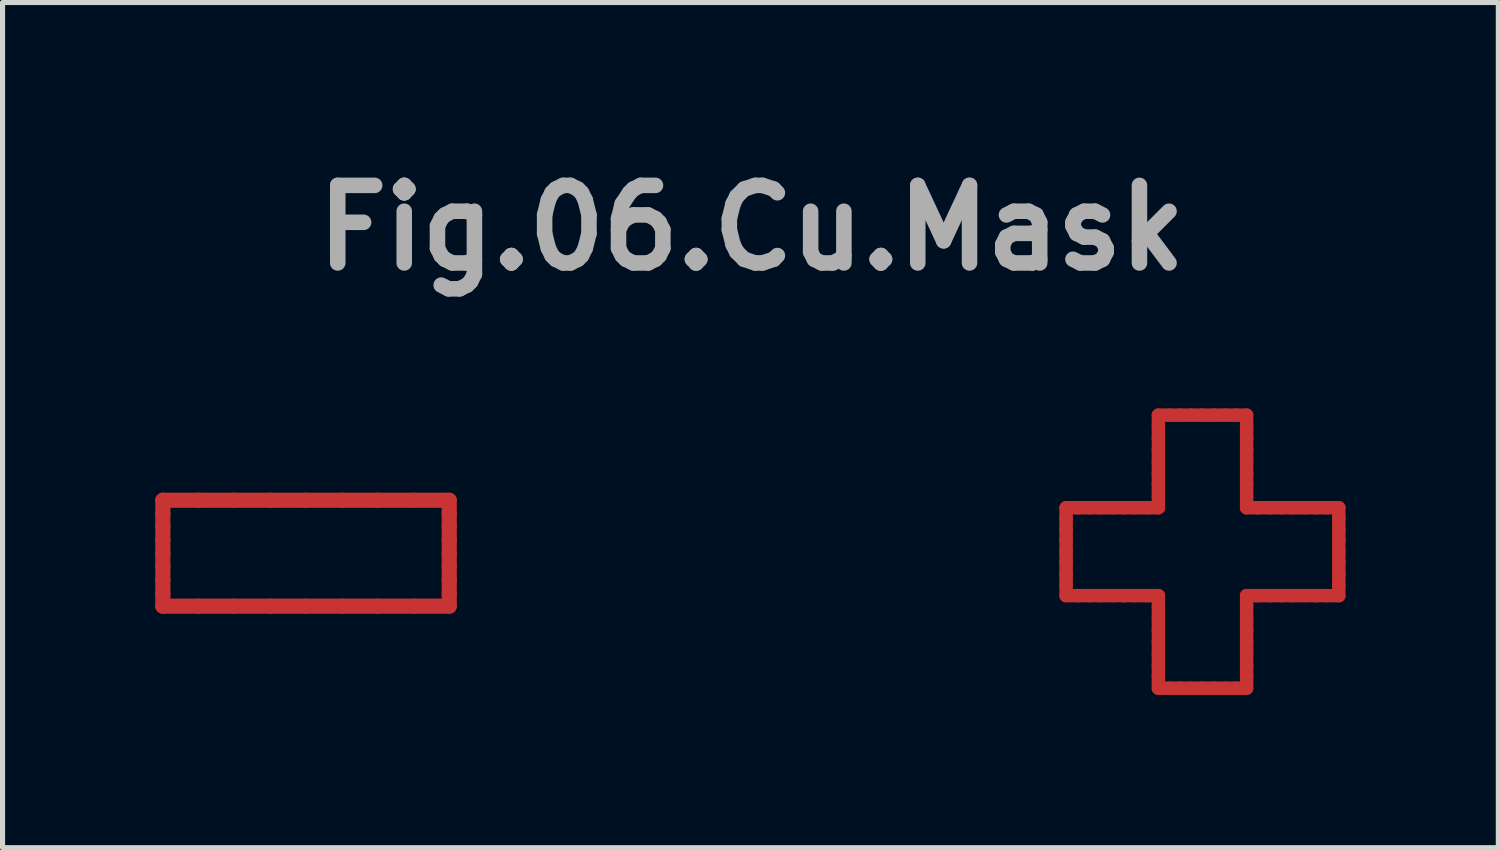
<source format=kicad_pcb>
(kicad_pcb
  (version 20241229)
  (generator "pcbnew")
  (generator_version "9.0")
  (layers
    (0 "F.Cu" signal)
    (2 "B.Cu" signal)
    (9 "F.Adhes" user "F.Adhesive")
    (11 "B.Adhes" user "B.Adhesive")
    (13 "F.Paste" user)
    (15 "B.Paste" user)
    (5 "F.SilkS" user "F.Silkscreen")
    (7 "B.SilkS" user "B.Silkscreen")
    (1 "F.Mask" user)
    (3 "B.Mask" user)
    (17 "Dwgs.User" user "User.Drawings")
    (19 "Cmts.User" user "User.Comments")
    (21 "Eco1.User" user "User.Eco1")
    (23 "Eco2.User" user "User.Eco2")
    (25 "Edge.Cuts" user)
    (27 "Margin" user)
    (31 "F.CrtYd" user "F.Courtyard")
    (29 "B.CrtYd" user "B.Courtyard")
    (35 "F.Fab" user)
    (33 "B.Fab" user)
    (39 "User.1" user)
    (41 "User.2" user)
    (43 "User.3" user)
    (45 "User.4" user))
  (footprint "Fig.06.Cu.Mask"
    (layer "F.Cu")
    (at 11.712 7.776)
    (property "Reference" "Fig.06.Cu.Mask" (at 0 -6.35 0) (layer "F.Fab") (effects (font (size 1.524 1.524) (thickness 0.305))))
    (attr smd)
    (fp_line (start -11.563 -1) (end -10.86 -1) (stroke (width 0.297) (type solid)) (layer "F.Cu"))
    (fp_line (start -11.563 -0.74) (end -11.563 -1) (stroke (width 0.297) (type solid)) (layer "F.Cu"))
    (fp_line (start -11.563 -0.48) (end -11.563 -0.74) (stroke (width 0.297) (type solid)) (layer "F.Cu"))
    (fp_line (start -11.563 -0.219) (end -11.563 -0.48) (stroke (width 0.297) (type solid)) (layer "F.Cu"))
    (fp_line (start -11.563 0.041) (end -11.563 -0.219) (stroke (width 0.297) (type solid)) (layer "F.Cu"))
    (fp_line (start -11.563 0.301) (end -11.563 0.041) (stroke (width 0.297) (type solid)) (layer "F.Cu"))
    (fp_line (start -11.563 0.561) (end -11.563 0.301) (stroke (width 0.297) (type solid)) (layer "F.Cu"))
    (fp_line (start -11.563 0.821) (end -11.563 0.561) (stroke (width 0.297) (type solid)) (layer "F.Cu"))
    (fp_line (start -11.563 1.081) (end -11.563 0.821) (stroke (width 0.297) (type solid)) (layer "F.Cu"))
    (fp_line (start -10.86 -1) (end -10.157 -1) (stroke (width 0.297) (type solid)) (layer "F.Cu"))
    (fp_line (start -10.86 1.081) (end -11.563 1.081) (stroke (width 0.297) (type solid)) (layer "F.Cu"))
    (fp_line (start -10.157 -1) (end -9.454 -1) (stroke (width 0.297) (type solid)) (layer "F.Cu"))
    (fp_line (start -10.157 1.081) (end -10.86 1.081) (stroke (width 0.297) (type solid)) (layer "F.Cu"))
    (fp_line (start -9.454 -1) (end -8.751 -1) (stroke (width 0.297) (type solid)) (layer "F.Cu"))
    (fp_line (start -9.454 1.081) (end -10.157 1.081) (stroke (width 0.297) (type solid)) (layer "F.Cu"))
    (fp_line (start -8.751 -1) (end -8.048 -1) (stroke (width 0.297) (type solid)) (layer "F.Cu"))
    (fp_line (start -8.751 1.081) (end -9.454 1.081) (stroke (width 0.297) (type solid)) (layer "F.Cu"))
    (fp_line (start -8.048 -1) (end -7.345 -1) (stroke (width 0.297) (type solid)) (layer "F.Cu"))
    (fp_line (start -8.048 1.081) (end -8.751 1.081) (stroke (width 0.297) (type solid)) (layer "F.Cu"))
    (fp_line (start -7.345 -1) (end -6.641 -1) (stroke (width 0.297) (type solid)) (layer "F.Cu"))
    (fp_line (start -7.345 1.081) (end -8.048 1.081) (stroke (width 0.297) (type solid)) (layer "F.Cu"))
    (fp_line (start -6.641 -1) (end -5.938 -1) (stroke (width 0.297) (type solid)) (layer "F.Cu"))
    (fp_line (start -6.641 1.081) (end -7.345 1.081) (stroke (width 0.297) (type solid)) (layer "F.Cu"))
    (fp_line (start -5.938 -1) (end -5.938 -0.74) (stroke (width 0.297) (type solid)) (layer "F.Cu"))
    (fp_line (start -5.938 -0.74) (end -5.938 -0.48) (stroke (width 0.297) (type solid)) (layer "F.Cu"))
    (fp_line (start -5.938 -0.48) (end -5.938 -0.219) (stroke (width 0.297) (type solid)) (layer "F.Cu"))
    (fp_line (start -5.938 -0.219) (end -5.938 0.041) (stroke (width 0.297) (type solid)) (layer "F.Cu"))
    (fp_line (start -5.938 0.041) (end -5.938 0.301) (stroke (width 0.297) (type solid)) (layer "F.Cu"))
    (fp_line (start -5.938 0.301) (end -5.938 0.561) (stroke (width 0.297) (type solid)) (layer "F.Cu"))
    (fp_line (start -5.938 0.561) (end -5.938 0.821) (stroke (width 0.297) (type solid)) (layer "F.Cu"))
    (fp_line (start -5.938 0.821) (end -5.938 1.081) (stroke (width 0.297) (type solid)) (layer "F.Cu"))
    (fp_line (start -5.938 1.081) (end -6.641 1.081) (stroke (width 0.297) (type solid)) (layer "F.Cu"))
    (fp_line (start 6.179 -0.853) (end 6.179 -0.637) (stroke (width 0.264) (type solid)) (layer "F.Cu"))
    (fp_line (start 6.179 -0.637) (end 6.179 -0.421) (stroke (width 0.264) (type solid)) (layer "F.Cu"))
    (fp_line (start 6.179 -0.421) (end 6.179 -0.205) (stroke (width 0.264) (type solid)) (layer "F.Cu"))
    (fp_line (start 6.179 -0.205) (end 6.179 0.01) (stroke (width 0.264) (type solid)) (layer "F.Cu"))
    (fp_line (start 6.179 0.01) (end 6.179 0.226) (stroke (width 0.264) (type solid)) (layer "F.Cu"))
    (fp_line (start 6.179 0.226) (end 6.179 0.442) (stroke (width 0.264) (type solid)) (layer "F.Cu"))
    (fp_line (start 6.179 0.442) (end 6.179 0.658) (stroke (width 0.264) (type solid)) (layer "F.Cu"))
    (fp_line (start 6.179 0.658) (end 6.179 0.874) (stroke (width 0.264) (type solid)) (layer "F.Cu"))
    (fp_line (start 6.179 0.874) (end 6.405 0.874) (stroke (width 0.264) (type solid)) (layer "F.Cu"))
    (fp_line (start 6.405 -0.853) (end 6.179 -0.853) (stroke (width 0.264) (type solid)) (layer "F.Cu"))
    (fp_line (start 6.405 0.874) (end 6.632 0.874) (stroke (width 0.264) (type solid)) (layer "F.Cu"))
    (fp_line (start 6.632 -0.853) (end 6.405 -0.853) (stroke (width 0.264) (type solid)) (layer "F.Cu"))
    (fp_line (start 6.632 0.874) (end 6.859 0.874) (stroke (width 0.264) (type solid)) (layer "F.Cu"))
    (fp_line (start 6.859 -0.853) (end 6.632 -0.853) (stroke (width 0.264) (type solid)) (layer "F.Cu"))
    (fp_line (start 6.859 0.874) (end 7.085 0.874) (stroke (width 0.264) (type solid)) (layer "F.Cu"))
    (fp_line (start 7.085 -0.853) (end 6.859 -0.853) (stroke (width 0.264) (type solid)) (layer "F.Cu"))
    (fp_line (start 7.085 0.874) (end 7.312 0.874) (stroke (width 0.264) (type solid)) (layer "F.Cu"))
    (fp_line (start 7.312 -0.853) (end 7.085 -0.853) (stroke (width 0.264) (type solid)) (layer "F.Cu"))
    (fp_line (start 7.312 0.874) (end 7.539 0.874) (stroke (width 0.264) (type solid)) (layer "F.Cu"))
    (fp_line (start 7.539 -0.853) (end 7.312 -0.853) (stroke (width 0.264) (type solid)) (layer "F.Cu"))
    (fp_line (start 7.539 0.874) (end 7.766 0.874) (stroke (width 0.264) (type solid)) (layer "F.Cu"))
    (fp_line (start 7.766 -0.853) (end 7.539 -0.853) (stroke (width 0.264) (type solid)) (layer "F.Cu"))
    (fp_line (start 7.766 0.874) (end 7.992 0.874) (stroke (width 0.264) (type solid)) (layer "F.Cu"))
    (fp_line (start 7.992 -2.671) (end 7.992 -2.444) (stroke (width 0.264) (type solid)) (layer "F.Cu"))
    (fp_line (start 7.992 -2.444) (end 7.992 -2.216) (stroke (width 0.264) (type solid)) (layer "F.Cu"))
    (fp_line (start 7.992 -2.216) (end 7.992 -1.989) (stroke (width 0.264) (type solid)) (layer "F.Cu"))
    (fp_line (start 7.992 -1.989) (end 7.992 -1.762) (stroke (width 0.264) (type solid)) (layer "F.Cu"))
    (fp_line (start 7.992 -1.762) (end 7.992 -1.535) (stroke (width 0.264) (type solid)) (layer "F.Cu"))
    (fp_line (start 7.992 -1.535) (end 7.992 -1.308) (stroke (width 0.264) (type solid)) (layer "F.Cu"))
    (fp_line (start 7.992 -1.308) (end 7.992 -1.08) (stroke (width 0.264) (type solid)) (layer "F.Cu"))
    (fp_line (start 7.992 -1.08) (end 7.992 -0.853) (stroke (width 0.264) (type solid)) (layer "F.Cu"))
    (fp_line (start 7.992 -0.853) (end 7.766 -0.853) (stroke (width 0.264) (type solid)) (layer "F.Cu"))
    (fp_line (start 7.992 0.874) (end 7.992 1.101) (stroke (width 0.264) (type solid)) (layer "F.Cu"))
    (fp_line (start 7.992 1.101) (end 7.992 1.329) (stroke (width 0.264) (type solid)) (layer "F.Cu"))
    (fp_line (start 7.992 1.329) (end 7.992 1.556) (stroke (width 0.264) (type solid)) (layer "F.Cu"))
    (fp_line (start 7.992 1.556) (end 7.992 1.783) (stroke (width 0.264) (type solid)) (layer "F.Cu"))
    (fp_line (start 7.992 1.783) (end 7.992 2.01) (stroke (width 0.264) (type solid)) (layer "F.Cu"))
    (fp_line (start 7.992 2.01) (end 7.992 2.238) (stroke (width 0.264) (type solid)) (layer "F.Cu"))
    (fp_line (start 7.992 2.238) (end 7.992 2.465) (stroke (width 0.264) (type solid)) (layer "F.Cu"))
    (fp_line (start 7.992 2.465) (end 7.992 2.692) (stroke (width 0.264) (type solid)) (layer "F.Cu"))
    (fp_line (start 7.992 2.692) (end 8.209 2.692) (stroke (width 0.264) (type solid)) (layer "F.Cu"))
    (fp_line (start 8.209 -2.671) (end 7.992 -2.671) (stroke (width 0.264) (type solid)) (layer "F.Cu"))
    (fp_line (start 8.209 2.692) (end 8.425 2.692) (stroke (width 0.264) (type solid)) (layer "F.Cu"))
    (fp_line (start 8.425 -2.671) (end 8.209 -2.671) (stroke (width 0.264) (type solid)) (layer "F.Cu"))
    (fp_line (start 8.425 2.692) (end 8.642 2.692) (stroke (width 0.264) (type solid)) (layer "F.Cu"))
    (fp_line (start 8.642 -2.671) (end 8.425 -2.671) (stroke (width 0.264) (type solid)) (layer "F.Cu"))
    (fp_line (start 8.642 2.692) (end 8.859 2.692) (stroke (width 0.264) (type solid)) (layer "F.Cu"))
    (fp_line (start 8.859 -2.671) (end 8.642 -2.671) (stroke (width 0.264) (type solid)) (layer "F.Cu"))
    (fp_line (start 8.859 2.692) (end 9.075 2.692) (stroke (width 0.264) (type solid)) (layer "F.Cu"))
    (fp_line (start 9.075 -2.671) (end 8.859 -2.671) (stroke (width 0.264) (type solid)) (layer "F.Cu"))
    (fp_line (start 9.075 2.692) (end 9.292 2.692) (stroke (width 0.264) (type solid)) (layer "F.Cu"))
    (fp_line (start 9.292 -2.671) (end 9.075 -2.671) (stroke (width 0.264) (type solid)) (layer "F.Cu"))
    (fp_line (start 9.292 2.692) (end 9.508 2.692) (stroke (width 0.264) (type solid)) (layer "F.Cu"))
    (fp_line (start 9.508 -2.671) (end 9.292 -2.671) (stroke (width 0.264) (type solid)) (layer "F.Cu"))
    (fp_line (start 9.508 2.692) (end 9.725 2.692) (stroke (width 0.264) (type solid)) (layer "F.Cu"))
    (fp_line (start 9.725 -2.671) (end 9.508 -2.671) (stroke (width 0.264) (type solid)) (layer "F.Cu"))
    (fp_line (start 9.725 -2.444) (end 9.725 -2.671) (stroke (width 0.264) (type solid)) (layer "F.Cu"))
    (fp_line (start 9.725 -2.216) (end 9.725 -2.444) (stroke (width 0.264) (type solid)) (layer "F.Cu"))
    (fp_line (start 9.725 -1.989) (end 9.725 -2.216) (stroke (width 0.264) (type solid)) (layer "F.Cu"))
    (fp_line (start 9.725 -1.762) (end 9.725 -1.989) (stroke (width 0.264) (type solid)) (layer "F.Cu"))
    (fp_line (start 9.725 -1.535) (end 9.725 -1.762) (stroke (width 0.264) (type solid)) (layer "F.Cu"))
    (fp_line (start 9.725 -1.308) (end 9.725 -1.535) (stroke (width 0.264) (type solid)) (layer "F.Cu"))
    (fp_line (start 9.725 -1.08) (end 9.725 -1.308) (stroke (width 0.264) (type solid)) (layer "F.Cu"))
    (fp_line (start 9.725 -0.853) (end 9.725 -1.08) (stroke (width 0.264) (type solid)) (layer "F.Cu"))
    (fp_line (start 9.725 0.874) (end 9.951 0.874) (stroke (width 0.264) (type solid)) (layer "F.Cu"))
    (fp_line (start 9.725 1.101) (end 9.725 0.874) (stroke (width 0.264) (type solid)) (layer "F.Cu"))
    (fp_line (start 9.725 1.329) (end 9.725 1.101) (stroke (width 0.264) (type solid)) (layer "F.Cu"))
    (fp_line (start 9.725 1.556) (end 9.725 1.329) (stroke (width 0.264) (type solid)) (layer "F.Cu"))
    (fp_line (start 9.725 1.783) (end 9.725 1.556) (stroke (width 0.264) (type solid)) (layer "F.Cu"))
    (fp_line (start 9.725 2.01) (end 9.725 1.783) (stroke (width 0.264) (type solid)) (layer "F.Cu"))
    (fp_line (start 9.725 2.238) (end 9.725 2.01) (stroke (width 0.264) (type solid)) (layer "F.Cu"))
    (fp_line (start 9.725 2.465) (end 9.725 2.238) (stroke (width 0.264) (type solid)) (layer "F.Cu"))
    (fp_line (start 9.725 2.692) (end 9.725 2.465) (stroke (width 0.264) (type solid)) (layer "F.Cu"))
    (fp_line (start 9.951 -0.853) (end 9.725 -0.853) (stroke (width 0.264) (type solid)) (layer "F.Cu"))
    (fp_line (start 9.951 0.874) (end 10.178 0.874) (stroke (width 0.264) (type solid)) (layer "F.Cu"))
    (fp_line (start 10.178 -0.853) (end 9.951 -0.853) (stroke (width 0.264) (type solid)) (layer "F.Cu"))
    (fp_line (start 10.178 0.874) (end 10.404 0.874) (stroke (width 0.264) (type solid)) (layer "F.Cu"))
    (fp_line (start 10.404 -0.853) (end 10.178 -0.853) (stroke (width 0.264) (type solid)) (layer "F.Cu"))
    (fp_line (start 10.404 0.874) (end 10.63 0.874) (stroke (width 0.264) (type solid)) (layer "F.Cu"))
    (fp_line (start 10.63 -0.853) (end 10.404 -0.853) (stroke (width 0.264) (type solid)) (layer "F.Cu"))
    (fp_line (start 10.63 0.874) (end 10.857 0.874) (stroke (width 0.264) (type solid)) (layer "F.Cu"))
    (fp_line (start 10.857 -0.853) (end 10.63 -0.853) (stroke (width 0.264) (type solid)) (layer "F.Cu"))
    (fp_line (start 10.857 0.874) (end 11.083 0.874) (stroke (width 0.264) (type solid)) (layer "F.Cu"))
    (fp_line (start 11.083 -0.853) (end 10.857 -0.853) (stroke (width 0.264) (type solid)) (layer "F.Cu"))
    (fp_line (start 11.083 0.874) (end 11.31 0.874) (stroke (width 0.264) (type solid)) (layer "F.Cu"))
    (fp_line (start 11.31 -0.853) (end 11.083 -0.853) (stroke (width 0.264) (type solid)) (layer "F.Cu"))
    (fp_line (start 11.31 0.874) (end 11.536 0.874) (stroke (width 0.264) (type solid)) (layer "F.Cu"))
    (fp_line (start 11.536 -0.853) (end 11.31 -0.853) (stroke (width 0.264) (type solid)) (layer "F.Cu"))
    (fp_line (start 11.536 -0.637) (end 11.536 -0.853) (stroke (width 0.264) (type solid)) (layer "F.Cu"))
    (fp_line (start 11.536 -0.421) (end 11.536 -0.637) (stroke (width 0.264) (type solid)) (layer "F.Cu"))
    (fp_line (start 11.536 -0.205) (end 11.536 -0.421) (stroke (width 0.264) (type solid)) (layer "F.Cu"))
    (fp_line (start 11.536 0.01) (end 11.536 -0.205) (stroke (width 0.264) (type solid)) (layer "F.Cu"))
    (fp_line (start 11.536 0.226) (end 11.536 0.01) (stroke (width 0.264) (type solid)) (layer "F.Cu"))
    (fp_line (start 11.536 0.442) (end 11.536 0.226) (stroke (width 0.264) (type solid)) (layer "F.Cu"))
    (fp_line (start 11.536 0.658) (end 11.536 0.442) (stroke (width 0.264) (type solid)) (layer "F.Cu"))
    (fp_line (start 11.536 0.874) (end 11.536 0.658) (stroke (width 0.264) (type solid)) (layer "F.Cu"))
    (fp_line (start -11.563 -1) (end -10.86 -1) (stroke (width 0.297) (type solid)) (layer "F.Mask"))
    (fp_line (start -11.563 -0.74) (end -11.563 -1) (stroke (width 0.297) (type solid)) (layer "F.Mask"))
    (fp_line (start -11.563 -0.48) (end -11.563 -0.74) (stroke (width 0.297) (type solid)) (layer "F.Mask"))
    (fp_line (start -11.563 -0.219) (end -11.563 -0.48) (stroke (width 0.297) (type solid)) (layer "F.Mask"))
    (fp_line (start -11.563 0.041) (end -11.563 -0.219) (stroke (width 0.297) (type solid)) (layer "F.Mask"))
    (fp_line (start -11.563 0.301) (end -11.563 0.041) (stroke (width 0.297) (type solid)) (layer "F.Mask"))
    (fp_line (start -11.563 0.561) (end -11.563 0.301) (stroke (width 0.297) (type solid)) (layer "F.Mask"))
    (fp_line (start -11.563 0.821) (end -11.563 0.561) (stroke (width 0.297) (type solid)) (layer "F.Mask"))
    (fp_line (start -11.563 1.081) (end -11.563 0.821) (stroke (width 0.297) (type solid)) (layer "F.Mask"))
    (fp_line (start -10.86 -1) (end -10.157 -1) (stroke (width 0.297) (type solid)) (layer "F.Mask"))
    (fp_line (start -10.86 1.081) (end -11.563 1.081) (stroke (width 0.297) (type solid)) (layer "F.Mask"))
    (fp_line (start -10.157 -1) (end -9.454 -1) (stroke (width 0.297) (type solid)) (layer "F.Mask"))
    (fp_line (start -10.157 1.081) (end -10.86 1.081) (stroke (width 0.297) (type solid)) (layer "F.Mask"))
    (fp_line (start -9.454 -1) (end -8.751 -1) (stroke (width 0.297) (type solid)) (layer "F.Mask"))
    (fp_line (start -9.454 1.081) (end -10.157 1.081) (stroke (width 0.297) (type solid)) (layer "F.Mask"))
    (fp_line (start -8.751 -1) (end -8.048 -1) (stroke (width 0.297) (type solid)) (layer "F.Mask"))
    (fp_line (start -8.751 1.081) (end -9.454 1.081) (stroke (width 0.297) (type solid)) (layer "F.Mask"))
    (fp_line (start -8.048 -1) (end -7.345 -1) (stroke (width 0.297) (type solid)) (layer "F.Mask"))
    (fp_line (start -8.048 1.081) (end -8.751 1.081) (stroke (width 0.297) (type solid)) (layer "F.Mask"))
    (fp_line (start -7.345 -1) (end -6.641 -1) (stroke (width 0.297) (type solid)) (layer "F.Mask"))
    (fp_line (start -7.345 1.081) (end -8.048 1.081) (stroke (width 0.297) (type solid)) (layer "F.Mask"))
    (fp_line (start -6.641 -1) (end -5.938 -1) (stroke (width 0.297) (type solid)) (layer "F.Mask"))
    (fp_line (start -6.641 1.081) (end -7.345 1.081) (stroke (width 0.297) (type solid)) (layer "F.Mask"))
    (fp_line (start -5.938 -1) (end -5.938 -0.74) (stroke (width 0.297) (type solid)) (layer "F.Mask"))
    (fp_line (start -5.938 -0.74) (end -5.938 -0.48) (stroke (width 0.297) (type solid)) (layer "F.Mask"))
    (fp_line (start -5.938 -0.48) (end -5.938 -0.219) (stroke (width 0.297) (type solid)) (layer "F.Mask"))
    (fp_line (start -5.938 -0.219) (end -5.938 0.041) (stroke (width 0.297) (type solid)) (layer "F.Mask"))
    (fp_line (start -5.938 0.041) (end -5.938 0.301) (stroke (width 0.297) (type solid)) (layer "F.Mask"))
    (fp_line (start -5.938 0.301) (end -5.938 0.561) (stroke (width 0.297) (type solid)) (layer "F.Mask"))
    (fp_line (start -5.938 0.561) (end -5.938 0.821) (stroke (width 0.297) (type solid)) (layer "F.Mask"))
    (fp_line (start -5.938 0.821) (end -5.938 1.081) (stroke (width 0.297) (type solid)) (layer "F.Mask"))
    (fp_line (start -5.938 1.081) (end -6.641 1.081) (stroke (width 0.297) (type solid)) (layer "F.Mask"))
    (fp_line (start 6.179 -0.853) (end 6.179 -0.637) (stroke (width 0.264) (type solid)) (layer "F.Mask"))
    (fp_line (start 6.179 -0.637) (end 6.179 -0.421) (stroke (width 0.264) (type solid)) (layer "F.Mask"))
    (fp_line (start 6.179 -0.421) (end 6.179 -0.205) (stroke (width 0.264) (type solid)) (layer "F.Mask"))
    (fp_line (start 6.179 -0.205) (end 6.179 0.01) (stroke (width 0.264) (type solid)) (layer "F.Mask"))
    (fp_line (start 6.179 0.01) (end 6.179 0.226) (stroke (width 0.264) (type solid)) (layer "F.Mask"))
    (fp_line (start 6.179 0.226) (end 6.179 0.442) (stroke (width 0.264) (type solid)) (layer "F.Mask"))
    (fp_line (start 6.179 0.442) (end 6.179 0.658) (stroke (width 0.264) (type solid)) (layer "F.Mask"))
    (fp_line (start 6.179 0.658) (end 6.179 0.874) (stroke (width 0.264) (type solid)) (layer "F.Mask"))
    (fp_line (start 6.179 0.874) (end 6.405 0.874) (stroke (width 0.264) (type solid)) (layer "F.Mask"))
    (fp_line (start 6.405 -0.853) (end 6.179 -0.853) (stroke (width 0.264) (type solid)) (layer "F.Mask"))
    (fp_line (start 6.405 0.874) (end 6.632 0.874) (stroke (width 0.264) (type solid)) (layer "F.Mask"))
    (fp_line (start 6.632 -0.853) (end 6.405 -0.853) (stroke (width 0.264) (type solid)) (layer "F.Mask"))
    (fp_line (start 6.632 0.874) (end 6.859 0.874) (stroke (width 0.264) (type solid)) (layer "F.Mask"))
    (fp_line (start 6.859 -0.853) (end 6.632 -0.853) (stroke (width 0.264) (type solid)) (layer "F.Mask"))
    (fp_line (start 6.859 0.874) (end 7.085 0.874) (stroke (width 0.264) (type solid)) (layer "F.Mask"))
    (fp_line (start 7.085 -0.853) (end 6.859 -0.853) (stroke (width 0.264) (type solid)) (layer "F.Mask"))
    (fp_line (start 7.085 0.874) (end 7.312 0.874) (stroke (width 0.264) (type solid)) (layer "F.Mask"))
    (fp_line (start 7.312 -0.853) (end 7.085 -0.853) (stroke (width 0.264) (type solid)) (layer "F.Mask"))
    (fp_line (start 7.312 0.874) (end 7.539 0.874) (stroke (width 0.264) (type solid)) (layer "F.Mask"))
    (fp_line (start 7.539 -0.853) (end 7.312 -0.853) (stroke (width 0.264) (type solid)) (layer "F.Mask"))
    (fp_line (start 7.539 0.874) (end 7.766 0.874) (stroke (width 0.264) (type solid)) (layer "F.Mask"))
    (fp_line (start 7.766 -0.853) (end 7.539 -0.853) (stroke (width 0.264) (type solid)) (layer "F.Mask"))
    (fp_line (start 7.766 0.874) (end 7.992 0.874) (stroke (width 0.264) (type solid)) (layer "F.Mask"))
    (fp_line (start 7.992 -2.671) (end 7.992 -2.444) (stroke (width 0.264) (type solid)) (layer "F.Mask"))
    (fp_line (start 7.992 -2.444) (end 7.992 -2.216) (stroke (width 0.264) (type solid)) (layer "F.Mask"))
    (fp_line (start 7.992 -2.216) (end 7.992 -1.989) (stroke (width 0.264) (type solid)) (layer "F.Mask"))
    (fp_line (start 7.992 -1.989) (end 7.992 -1.762) (stroke (width 0.264) (type solid)) (layer "F.Mask"))
    (fp_line (start 7.992 -1.762) (end 7.992 -1.535) (stroke (width 0.264) (type solid)) (layer "F.Mask"))
    (fp_line (start 7.992 -1.535) (end 7.992 -1.308) (stroke (width 0.264) (type solid)) (layer "F.Mask"))
    (fp_line (start 7.992 -1.308) (end 7.992 -1.08) (stroke (width 0.264) (type solid)) (layer "F.Mask"))
    (fp_line (start 7.992 -1.08) (end 7.992 -0.853) (stroke (width 0.264) (type solid)) (layer "F.Mask"))
    (fp_line (start 7.992 -0.853) (end 7.766 -0.853) (stroke (width 0.264) (type solid)) (layer "F.Mask"))
    (fp_line (start 7.992 0.874) (end 7.992 1.101) (stroke (width 0.264) (type solid)) (layer "F.Mask"))
    (fp_line (start 7.992 1.101) (end 7.992 1.329) (stroke (width 0.264) (type solid)) (layer "F.Mask"))
    (fp_line (start 7.992 1.329) (end 7.992 1.556) (stroke (width 0.264) (type solid)) (layer "F.Mask"))
    (fp_line (start 7.992 1.556) (end 7.992 1.783) (stroke (width 0.264) (type solid)) (layer "F.Mask"))
    (fp_line (start 7.992 1.783) (end 7.992 2.01) (stroke (width 0.264) (type solid)) (layer "F.Mask"))
    (fp_line (start 7.992 2.01) (end 7.992 2.238) (stroke (width 0.264) (type solid)) (layer "F.Mask"))
    (fp_line (start 7.992 2.238) (end 7.992 2.465) (stroke (width 0.264) (type solid)) (layer "F.Mask"))
    (fp_line (start 7.992 2.465) (end 7.992 2.692) (stroke (width 0.264) (type solid)) (layer "F.Mask"))
    (fp_line (start 7.992 2.692) (end 8.209 2.692) (stroke (width 0.264) (type solid)) (layer "F.Mask"))
    (fp_line (start 8.209 -2.671) (end 7.992 -2.671) (stroke (width 0.264) (type solid)) (layer "F.Mask"))
    (fp_line (start 8.209 2.692) (end 8.425 2.692) (stroke (width 0.264) (type solid)) (layer "F.Mask"))
    (fp_line (start 8.425 -2.671) (end 8.209 -2.671) (stroke (width 0.264) (type solid)) (layer "F.Mask"))
    (fp_line (start 8.425 2.692) (end 8.642 2.692) (stroke (width 0.264) (type solid)) (layer "F.Mask"))
    (fp_line (start 8.642 -2.671) (end 8.425 -2.671) (stroke (width 0.264) (type solid)) (layer "F.Mask"))
    (fp_line (start 8.642 2.692) (end 8.859 2.692) (stroke (width 0.264) (type solid)) (layer "F.Mask"))
    (fp_line (start 8.859 -2.671) (end 8.642 -2.671) (stroke (width 0.264) (type solid)) (layer "F.Mask"))
    (fp_line (start 8.859 2.692) (end 9.075 2.692) (stroke (width 0.264) (type solid)) (layer "F.Mask"))
    (fp_line (start 9.075 -2.671) (end 8.859 -2.671) (stroke (width 0.264) (type solid)) (layer "F.Mask"))
    (fp_line (start 9.075 2.692) (end 9.292 2.692) (stroke (width 0.264) (type solid)) (layer "F.Mask"))
    (fp_line (start 9.292 -2.671) (end 9.075 -2.671) (stroke (width 0.264) (type solid)) (layer "F.Mask"))
    (fp_line (start 9.292 2.692) (end 9.508 2.692) (stroke (width 0.264) (type solid)) (layer "F.Mask"))
    (fp_line (start 9.508 -2.671) (end 9.292 -2.671) (stroke (width 0.264) (type solid)) (layer "F.Mask"))
    (fp_line (start 9.508 2.692) (end 9.725 2.692) (stroke (width 0.264) (type solid)) (layer "F.Mask"))
    (fp_line (start 9.725 -2.671) (end 9.508 -2.671) (stroke (width 0.264) (type solid)) (layer "F.Mask"))
    (fp_line (start 9.725 -2.444) (end 9.725 -2.671) (stroke (width 0.264) (type solid)) (layer "F.Mask"))
    (fp_line (start 9.725 -2.216) (end 9.725 -2.444) (stroke (width 0.264) (type solid)) (layer "F.Mask"))
    (fp_line (start 9.725 -1.989) (end 9.725 -2.216) (stroke (width 0.264) (type solid)) (layer "F.Mask"))
    (fp_line (start 9.725 -1.762) (end 9.725 -1.989) (stroke (width 0.264) (type solid)) (layer "F.Mask"))
    (fp_line (start 9.725 -1.535) (end 9.725 -1.762) (stroke (width 0.264) (type solid)) (layer "F.Mask"))
    (fp_line (start 9.725 -1.308) (end 9.725 -1.535) (stroke (width 0.264) (type solid)) (layer "F.Mask"))
    (fp_line (start 9.725 -1.08) (end 9.725 -1.308) (stroke (width 0.264) (type solid)) (layer "F.Mask"))
    (fp_line (start 9.725 -0.853) (end 9.725 -1.08) (stroke (width 0.264) (type solid)) (layer "F.Mask"))
    (fp_line (start 9.725 0.874) (end 9.951 0.874) (stroke (width 0.264) (type solid)) (layer "F.Mask"))
    (fp_line (start 9.725 1.101) (end 9.725 0.874) (stroke (width 0.264) (type solid)) (layer "F.Mask"))
    (fp_line (start 9.725 1.329) (end 9.725 1.101) (stroke (width 0.264) (type solid)) (layer "F.Mask"))
    (fp_line (start 9.725 1.556) (end 9.725 1.329) (stroke (width 0.264) (type solid)) (layer "F.Mask"))
    (fp_line (start 9.725 1.783) (end 9.725 1.556) (stroke (width 0.264) (type solid)) (layer "F.Mask"))
    (fp_line (start 9.725 2.01) (end 9.725 1.783) (stroke (width 0.264) (type solid)) (layer "F.Mask"))
    (fp_line (start 9.725 2.238) (end 9.725 2.01) (stroke (width 0.264) (type solid)) (layer "F.Mask"))
    (fp_line (start 9.725 2.465) (end 9.725 2.238) (stroke (width 0.264) (type solid)) (layer "F.Mask"))
    (fp_line (start 9.725 2.692) (end 9.725 2.465) (stroke (width 0.264) (type solid)) (layer "F.Mask"))
    (fp_line (start 9.951 -0.853) (end 9.725 -0.853) (stroke (width 0.264) (type solid)) (layer "F.Mask"))
    (fp_line (start 9.951 0.874) (end 10.178 0.874) (stroke (width 0.264) (type solid)) (layer "F.Mask"))
    (fp_line (start 10.178 -0.853) (end 9.951 -0.853) (stroke (width 0.264) (type solid)) (layer "F.Mask"))
    (fp_line (start 10.178 0.874) (end 10.404 0.874) (stroke (width 0.264) (type solid)) (layer "F.Mask"))
    (fp_line (start 10.404 -0.853) (end 10.178 -0.853) (stroke (width 0.264) (type solid)) (layer "F.Mask"))
    (fp_line (start 10.404 0.874) (end 10.63 0.874) (stroke (width 0.264) (type solid)) (layer "F.Mask"))
    (fp_line (start 10.63 -0.853) (end 10.404 -0.853) (stroke (width 0.264) (type solid)) (layer "F.Mask"))
    (fp_line (start 10.63 0.874) (end 10.857 0.874) (stroke (width 0.264) (type solid)) (layer "F.Mask"))
    (fp_line (start 10.857 -0.853) (end 10.63 -0.853) (stroke (width 0.264) (type solid)) (layer "F.Mask"))
    (fp_line (start 10.857 0.874) (end 11.083 0.874) (stroke (width 0.264) (type solid)) (layer "F.Mask"))
    (fp_line (start 11.083 -0.853) (end 10.857 -0.853) (stroke (width 0.264) (type solid)) (layer "F.Mask"))
    (fp_line (start 11.083 0.874) (end 11.31 0.874) (stroke (width 0.264) (type solid)) (layer "F.Mask"))
    (fp_line (start 11.31 -0.853) (end 11.083 -0.853) (stroke (width 0.264) (type solid)) (layer "F.Mask"))
    (fp_line (start 11.31 0.874) (end 11.536 0.874) (stroke (width 0.264) (type solid)) (layer "F.Mask"))
    (fp_line (start 11.536 -0.853) (end 11.31 -0.853) (stroke (width 0.264) (type solid)) (layer "F.Mask"))
    (fp_line (start 11.536 -0.637) (end 11.536 -0.853) (stroke (width 0.264) (type solid)) (layer "F.Mask"))
    (fp_line (start 11.536 -0.421) (end 11.536 -0.637) (stroke (width 0.264) (type solid)) (layer "F.Mask"))
    (fp_line (start 11.536 -0.205) (end 11.536 -0.421) (stroke (width 0.264) (type solid)) (layer "F.Mask"))
    (fp_line (start 11.536 0.01) (end 11.536 -0.205) (stroke (width 0.264) (type solid)) (layer "F.Mask"))
    (fp_line (start 11.536 0.226) (end 11.536 0.01) (stroke (width 0.264) (type solid)) (layer "F.Mask"))
    (fp_line (start 11.536 0.442) (end 11.536 0.226) (stroke (width 0.264) (type solid)) (layer "F.Mask"))
    (fp_line (start 11.536 0.658) (end 11.536 0.442) (stroke (width 0.264) (type solid)) (layer "F.Mask"))
    (fp_line (start 11.536 0.874) (end 11.536 0.658) (stroke (width 0.264) (type solid)) (layer "F.Mask")))
  (gr_rect
    (start -3 -3)
    (end 26.381 13.601)
    (stroke (width 0.1) (type default))
    (fill no)
    (layer "Edge.Cuts")))
</source>
